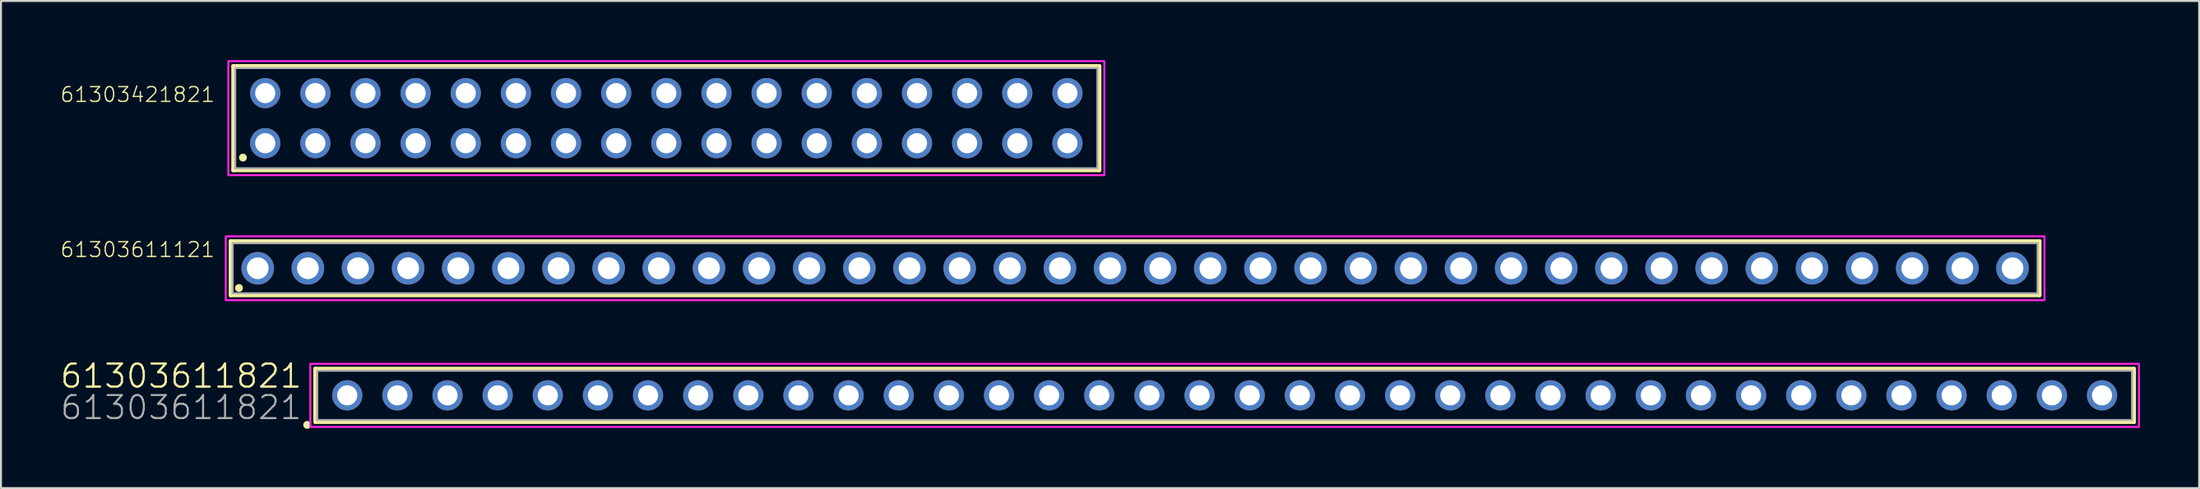
<source format=kicad_pcb>
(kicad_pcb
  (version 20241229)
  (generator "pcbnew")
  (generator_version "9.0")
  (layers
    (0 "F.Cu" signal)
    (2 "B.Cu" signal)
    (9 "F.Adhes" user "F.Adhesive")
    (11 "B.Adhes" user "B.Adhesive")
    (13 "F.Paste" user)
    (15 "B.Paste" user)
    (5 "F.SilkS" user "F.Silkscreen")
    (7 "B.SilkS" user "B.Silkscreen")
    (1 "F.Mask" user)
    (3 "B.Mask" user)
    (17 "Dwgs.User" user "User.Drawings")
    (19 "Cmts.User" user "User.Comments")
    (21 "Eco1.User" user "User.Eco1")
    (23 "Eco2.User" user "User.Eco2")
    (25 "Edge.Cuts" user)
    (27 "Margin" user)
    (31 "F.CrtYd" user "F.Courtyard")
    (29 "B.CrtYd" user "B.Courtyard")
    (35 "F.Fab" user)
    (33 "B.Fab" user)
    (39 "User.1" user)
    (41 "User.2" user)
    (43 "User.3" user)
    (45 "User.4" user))
  (footprint "61303611121"
    (layer "F.Cu")
    (at 54.457 10.55)
    (property "Reference" "61303611121" (at -46.578 -0.506 0) (unlocked yes) (layer "F.SilkS") (effects (font (size 0.748 0.748) (thickness 0.065)) (justify right bottom)))
    (fp_line (start -45.82 -1.37) (end 45.82 -1.37) (stroke (width 0.2) (type solid)) (layer "F.SilkS"))
    (fp_line (start -45.82 1.37) (end -45.82 -1.37) (stroke (width 0.2) (type solid)) (layer "F.SilkS"))
    (fp_line (start 45.82 -1.37) (end 45.82 1.37) (stroke (width 0.2) (type solid)) (layer "F.SilkS"))
    (fp_line (start 45.82 1.37) (end -45.82 1.37) (stroke (width 0.2) (type solid)) (layer "F.SilkS"))
    (fp_circle (center -45.4 1) (end -45.3 1) (stroke (width 0.2) (type solid)) (fill no) (layer "F.SilkS"))
    (fp_poly (pts (xy 46.07 1.62) (xy -46.07 1.62) (xy -46.07 -1.62) (xy 46.07 -1.62)) (stroke (width 0.1) (type default)) (fill no) (layer "F.CrtYd"))
    (fp_line (start -45.72 -1.27) (end -45.72 1.27) (stroke (width 0.1) (type solid)) (layer "F.Fab"))
    (fp_line (start -45.72 1.27) (end 45.72 1.27) (stroke (width 0.1) (type solid)) (layer "F.Fab"))
    (fp_line (start 45.72 -1.27) (end -45.72 -1.27) (stroke (width 0.1) (type solid)) (layer "F.Fab"))
    (fp_line (start 45.72 1.27) (end 45.72 -1.27) (stroke (width 0.1) (type solid)) (layer "F.Fab"))
    (pad "1" thru_hole circle (at -44.45 0) (size 1.65 1.65) (drill 1.1) (layers "*.Cu" "*.Mask"))
    (pad "2" thru_hole circle (at -41.91 0) (size 1.65 1.65) (drill 1.1) (layers "*.Cu" "*.Mask"))
    (pad "3" thru_hole circle (at -39.37 0) (size 1.65 1.65) (drill 1.1) (layers "*.Cu" "*.Mask"))
    (pad "4" thru_hole circle (at -36.83 0) (size 1.65 1.65) (drill 1.1) (layers "*.Cu" "*.Mask"))
    (pad "5" thru_hole circle (at -34.29 0) (size 1.65 1.65) (drill 1.1) (layers "*.Cu" "*.Mask"))
    (pad "6" thru_hole circle (at -31.75 0) (size 1.65 1.65) (drill 1.1) (layers "*.Cu" "*.Mask"))
    (pad "7" thru_hole circle (at -29.21 0) (size 1.65 1.65) (drill 1.1) (layers "*.Cu" "*.Mask"))
    (pad "8" thru_hole circle (at -26.67 0) (size 1.65 1.65) (drill 1.1) (layers "*.Cu" "*.Mask"))
    (pad "9" thru_hole circle (at -24.13 0) (size 1.65 1.65) (drill 1.1) (layers "*.Cu" "*.Mask"))
    (pad "10" thru_hole circle (at -21.59 0) (size 1.65 1.65) (drill 1.1) (layers "*.Cu" "*.Mask"))
    (pad "11" thru_hole circle (at -19.05 0) (size 1.65 1.65) (drill 1.1) (layers "*.Cu" "*.Mask"))
    (pad "12" thru_hole circle (at -16.51 0) (size 1.65 1.65) (drill 1.1) (layers "*.Cu" "*.Mask"))
    (pad "13" thru_hole circle (at -13.97 0) (size 1.65 1.65) (drill 1.1) (layers "*.Cu" "*.Mask"))
    (pad "14" thru_hole circle (at -11.43 0) (size 1.65 1.65) (drill 1.1) (layers "*.Cu" "*.Mask"))
    (pad "15" thru_hole circle (at -8.89 0) (size 1.65 1.65) (drill 1.1) (layers "*.Cu" "*.Mask"))
    (pad "16" thru_hole circle (at -6.35 0) (size 1.65 1.65) (drill 1.1) (layers "*.Cu" "*.Mask"))
    (pad "17" thru_hole circle (at -3.81 0) (size 1.65 1.65) (drill 1.1) (layers "*.Cu" "*.Mask"))
    (pad "18" thru_hole circle (at -1.27 0) (size 1.65 1.65) (drill 1.1) (layers "*.Cu" "*.Mask"))
    (pad "19" thru_hole circle (at 1.27 0) (size 1.65 1.65) (drill 1.1) (layers "*.Cu" "*.Mask"))
    (pad "20" thru_hole circle (at 3.81 0) (size 1.65 1.65) (drill 1.1) (layers "*.Cu" "*.Mask"))
    (pad "21" thru_hole circle (at 6.35 0) (size 1.65 1.65) (drill 1.1) (layers "*.Cu" "*.Mask"))
    (pad "22" thru_hole circle (at 8.89 0) (size 1.65 1.65) (drill 1.1) (layers "*.Cu" "*.Mask"))
    (pad "23" thru_hole circle (at 11.43 0) (size 1.65 1.65) (drill 1.1) (layers "*.Cu" "*.Mask"))
    (pad "24" thru_hole circle (at 13.97 0) (size 1.65 1.65) (drill 1.1) (layers "*.Cu" "*.Mask"))
    (pad "25" thru_hole circle (at 16.51 0) (size 1.65 1.65) (drill 1.1) (layers "*.Cu" "*.Mask"))
    (pad "26" thru_hole circle (at 19.05 0) (size 1.65 1.65) (drill 1.1) (layers "*.Cu" "*.Mask"))
    (pad "27" thru_hole circle (at 21.59 0) (size 1.65 1.65) (drill 1.1) (layers "*.Cu" "*.Mask"))
    (pad "28" thru_hole circle (at 24.13 0) (size 1.65 1.65) (drill 1.1) (layers "*.Cu" "*.Mask"))
    (pad "29" thru_hole circle (at 26.67 0) (size 1.65 1.65) (drill 1.1) (layers "*.Cu" "*.Mask"))
    (pad "30" thru_hole circle (at 29.21 0) (size 1.65 1.65) (drill 1.1) (layers "*.Cu" "*.Mask"))
    (pad "31" thru_hole circle (at 31.75 0) (size 1.65 1.65) (drill 1.1) (layers "*.Cu" "*.Mask"))
    (pad "32" thru_hole circle (at 34.29 0) (size 1.65 1.65) (drill 1.1) (layers "*.Cu" "*.Mask"))
    (pad "33" thru_hole circle (at 36.83 0) (size 1.65 1.65) (drill 1.1) (layers "*.Cu" "*.Mask"))
    (pad "34" thru_hole circle (at 39.37 0) (size 1.65 1.65) (drill 1.1) (layers "*.Cu" "*.Mask"))
    (pad "35" thru_hole circle (at 41.91 0) (size 1.65 1.65) (drill 1.1) (layers "*.Cu" "*.Mask"))
    (pad "36" thru_hole circle (at 44.45 0) (size 1.65 1.65) (drill 1.1) (layers "*.Cu" "*.Mask")))
  (footprint "61303611821"
    (layer "F.Cu")
    (at 58.992 16.993)
    (property "Reference" "61303611821" (at -46.68 -0.3 0) (unlocked yes) (layer "F.SilkS") (effects (font (size 1.168 1.168) (thickness 0.102)) (justify right bottom)))
    (property "Value" "61303611821" (at -46.68 1.3 0) (unlocked yes) (layer "F.Fab") (hide yes) (effects (font (size 1.168 1.168) (thickness 0.102)) (justify right bottom)))
    (fp_line (start -46.07 -1.35) (end 46.07 -1.35) (stroke (width 0.2) (type solid)) (layer "F.SilkS"))
    (fp_line (start -46.07 1.35) (end -46.07 -1.35) (stroke (width 0.2) (type solid)) (layer "F.SilkS"))
    (fp_line (start 46.07 -1.35) (end 46.07 1.35) (stroke (width 0.2) (type solid)) (layer "F.SilkS"))
    (fp_line (start 46.07 1.35) (end -46.07 1.35) (stroke (width 0.2) (type solid)) (layer "F.SilkS"))
    (fp_circle (center -46.48 1.5) (end -46.38 1.5) (stroke (width 0.2) (type solid)) (fill no) (layer "F.SilkS"))
    (fp_poly (pts (xy 46.32 1.6) (xy -46.32 1.6) (xy -46.32 -1.6) (xy 46.32 -1.6)) (stroke (width 0.1) (type default)) (fill no) (layer "F.CrtYd"))
    (fp_line (start -45.97 -1.25) (end -45.97 1.25) (stroke (width 0.1) (type solid)) (layer "F.Fab"))
    (fp_line (start -45.97 1.25) (end 45.97 1.25) (stroke (width 0.1) (type solid)) (layer "F.Fab"))
    (fp_line (start 45.97 -1.25) (end -45.97 -1.25) (stroke (width 0.1) (type solid)) (layer "F.Fab"))
    (fp_line (start 45.97 1.25) (end 45.97 -1.25) (stroke (width 0.1) (type solid)) (layer "F.Fab"))
    (fp_text user "${REFERENCE}" (at -46.68 -0.3 0) (unlocked yes) (layer "F.SilkS") (effects (font (size 1.168 1.168) (thickness 0.102)) (justify right bottom)))
    (fp_text user "${VALUE}" (at -46.68 1.3 0) (unlocked yes) (layer "F.Fab") (effects (font (size 1.168 1.168) (thickness 0.102)) (justify right bottom)))
    (pad "1" thru_hole circle (at -44.45 0) (size 1.53 1.53) (drill 1.02) (layers "*.Cu" "*.Mask"))
    (pad "2" thru_hole circle (at -41.91 0) (size 1.53 1.53) (drill 1.02) (layers "*.Cu" "*.Mask"))
    (pad "3" thru_hole circle (at -39.37 0) (size 1.53 1.53) (drill 1.02) (layers "*.Cu" "*.Mask"))
    (pad "4" thru_hole circle (at -36.83 0) (size 1.53 1.53) (drill 1.02) (layers "*.Cu" "*.Mask"))
    (pad "5" thru_hole circle (at -34.29 0) (size 1.53 1.53) (drill 1.02) (layers "*.Cu" "*.Mask"))
    (pad "6" thru_hole circle (at -31.75 0) (size 1.53 1.53) (drill 1.02) (layers "*.Cu" "*.Mask"))
    (pad "7" thru_hole circle (at -29.21 0) (size 1.53 1.53) (drill 1.02) (layers "*.Cu" "*.Mask"))
    (pad "8" thru_hole circle (at -26.67 0) (size 1.53 1.53) (drill 1.02) (layers "*.Cu" "*.Mask"))
    (pad "9" thru_hole circle (at -24.13 0) (size 1.53 1.53) (drill 1.02) (layers "*.Cu" "*.Mask"))
    (pad "10" thru_hole circle (at -21.59 0) (size 1.53 1.53) (drill 1.02) (layers "*.Cu" "*.Mask"))
    (pad "11" thru_hole circle (at -19.05 0) (size 1.53 1.53) (drill 1.02) (layers "*.Cu" "*.Mask"))
    (pad "12" thru_hole circle (at -16.51 0) (size 1.53 1.53) (drill 1.02) (layers "*.Cu" "*.Mask"))
    (pad "13" thru_hole circle (at -13.97 0) (size 1.53 1.53) (drill 1.02) (layers "*.Cu" "*.Mask"))
    (pad "14" thru_hole circle (at -11.43 0) (size 1.53 1.53) (drill 1.02) (layers "*.Cu" "*.Mask"))
    (pad "15" thru_hole circle (at -8.89 0) (size 1.53 1.53) (drill 1.02) (layers "*.Cu" "*.Mask"))
    (pad "16" thru_hole circle (at -6.35 0) (size 1.53 1.53) (drill 1.02) (layers "*.Cu" "*.Mask"))
    (pad "17" thru_hole circle (at -3.81 0) (size 1.53 1.53) (drill 1.02) (layers "*.Cu" "*.Mask"))
    (pad "18" thru_hole circle (at -1.27 0) (size 1.53 1.53) (drill 1.02) (layers "*.Cu" "*.Mask"))
    (pad "19" thru_hole circle (at 1.27 0) (size 1.53 1.53) (drill 1.02) (layers "*.Cu" "*.Mask"))
    (pad "20" thru_hole circle (at 3.81 0) (size 1.53 1.53) (drill 1.02) (layers "*.Cu" "*.Mask"))
    (pad "21" thru_hole circle (at 6.35 0) (size 1.53 1.53) (drill 1.02) (layers "*.Cu" "*.Mask"))
    (pad "22" thru_hole circle (at 8.89 0) (size 1.53 1.53) (drill 1.02) (layers "*.Cu" "*.Mask"))
    (pad "23" thru_hole circle (at 11.43 0) (size 1.53 1.53) (drill 1.02) (layers "*.Cu" "*.Mask"))
    (pad "24" thru_hole circle (at 13.97 0) (size 1.53 1.53) (drill 1.02) (layers "*.Cu" "*.Mask"))
    (pad "25" thru_hole circle (at 16.51 0) (size 1.53 1.53) (drill 1.02) (layers "*.Cu" "*.Mask"))
    (pad "26" thru_hole circle (at 19.05 0) (size 1.53 1.53) (drill 1.02) (layers "*.Cu" "*.Mask"))
    (pad "27" thru_hole circle (at 21.59 0) (size 1.53 1.53) (drill 1.02) (layers "*.Cu" "*.Mask"))
    (pad "28" thru_hole circle (at 24.13 0) (size 1.53 1.53) (drill 1.02) (layers "*.Cu" "*.Mask"))
    (pad "29" thru_hole circle (at 26.67 0) (size 1.53 1.53) (drill 1.02) (layers "*.Cu" "*.Mask"))
    (pad "30" thru_hole circle (at 29.21 0) (size 1.53 1.53) (drill 1.02) (layers "*.Cu" "*.Mask"))
    (pad "31" thru_hole circle (at 31.75 0) (size 1.53 1.53) (drill 1.02) (layers "*.Cu" "*.Mask"))
    (pad "32" thru_hole circle (at 34.29 0) (size 1.53 1.53) (drill 1.02) (layers "*.Cu" "*.Mask"))
    (pad "33" thru_hole circle (at 36.83 0) (size 1.53 1.53) (drill 1.02) (layers "*.Cu" "*.Mask"))
    (pad "34" thru_hole circle (at 39.37 0) (size 1.53 1.53) (drill 1.02) (layers "*.Cu" "*.Mask"))
    (pad "35" thru_hole circle (at 41.91 0) (size 1.53 1.53) (drill 1.02) (layers "*.Cu" "*.Mask"))
    (pad "36" thru_hole circle (at 44.45 0) (size 1.53 1.53) (drill 1.02) (layers "*.Cu" "*.Mask")))
  (footprint "61303421821"
    (layer "F.Cu")
    (at 30.707 2.94)
    (property "Reference" "61303421821" (at -22.828 -0.756 0) (unlocked yes) (layer "F.SilkS") (effects (font (size 0.748 0.748) (thickness 0.065)) (justify right bottom)))
    (fp_line (start -21.94 -2.64) (end 21.94 -2.64) (stroke (width 0.2) (type solid)) (layer "F.SilkS"))
    (fp_line (start -21.94 2.64) (end -21.94 -2.64) (stroke (width 0.2) (type solid)) (layer "F.SilkS"))
    (fp_line (start 21.94 -2.64) (end 21.94 2.64) (stroke (width 0.2) (type solid)) (layer "F.SilkS"))
    (fp_line (start 21.94 2.64) (end -21.94 2.64) (stroke (width 0.2) (type solid)) (layer "F.SilkS"))
    (fp_circle (center -21.45 2) (end -21.35 2) (stroke (width 0.2) (type solid)) (fill no) (layer "F.SilkS"))
    (fp_poly (pts (xy 22.19 2.89) (xy -22.19 2.89) (xy -22.19 -2.89) (xy 22.19 -2.89)) (stroke (width 0.1) (type default)) (fill no) (layer "F.CrtYd"))
    (fp_line (start -21.84 -2.54) (end -21.84 2.54) (stroke (width 0.1) (type solid)) (layer "F.Fab"))
    (fp_line (start -21.84 2.54) (end 21.84 2.54) (stroke (width 0.1) (type solid)) (layer "F.Fab"))
    (fp_line (start 21.84 -2.54) (end -21.84 -2.54) (stroke (width 0.1) (type solid)) (layer "F.Fab"))
    (fp_line (start 21.84 2.54) (end 21.84 -2.54) (stroke (width 0.1) (type solid)) (layer "F.Fab"))
    (pad "1" thru_hole circle (at -20.32 1.27) (size 1.53 1.53) (drill 1.02) (layers "*.Cu" "*.Mask"))
    (pad "2" thru_hole circle (at -20.32 -1.27) (size 1.53 1.53) (drill 1.02) (layers "*.Cu" "*.Mask"))
    (pad "3" thru_hole circle (at -17.78 1.27) (size 1.53 1.53) (drill 1.02) (layers "*.Cu" "*.Mask"))
    (pad "4" thru_hole circle (at -17.78 -1.27) (size 1.53 1.53) (drill 1.02) (layers "*.Cu" "*.Mask"))
    (pad "5" thru_hole circle (at -15.24 1.27) (size 1.53 1.53) (drill 1.02) (layers "*.Cu" "*.Mask"))
    (pad "6" thru_hole circle (at -15.24 -1.27) (size 1.53 1.53) (drill 1.02) (layers "*.Cu" "*.Mask"))
    (pad "7" thru_hole circle (at -12.7 1.27) (size 1.53 1.53) (drill 1.02) (layers "*.Cu" "*.Mask"))
    (pad "8" thru_hole circle (at -12.7 -1.27) (size 1.53 1.53) (drill 1.02) (layers "*.Cu" "*.Mask"))
    (pad "9" thru_hole circle (at -10.16 1.27) (size 1.53 1.53) (drill 1.02) (layers "*.Cu" "*.Mask"))
    (pad "10" thru_hole circle (at -10.16 -1.27) (size 1.53 1.53) (drill 1.02) (layers "*.Cu" "*.Mask"))
    (pad "11" thru_hole circle (at -7.62 1.27) (size 1.53 1.53) (drill 1.02) (layers "*.Cu" "*.Mask"))
    (pad "12" thru_hole circle (at -7.62 -1.27) (size 1.53 1.53) (drill 1.02) (layers "*.Cu" "*.Mask"))
    (pad "13" thru_hole circle (at -5.08 1.27) (size 1.53 1.53) (drill 1.02) (layers "*.Cu" "*.Mask"))
    (pad "14" thru_hole circle (at -5.08 -1.27) (size 1.53 1.53) (drill 1.02) (layers "*.Cu" "*.Mask"))
    (pad "15" thru_hole circle (at -2.54 1.27) (size 1.53 1.53) (drill 1.02) (layers "*.Cu" "*.Mask"))
    (pad "16" thru_hole circle (at -2.54 -1.27) (size 1.53 1.53) (drill 1.02) (layers "*.Cu" "*.Mask"))
    (pad "17" thru_hole circle (at 0 1.27) (size 1.53 1.53) (drill 1.02) (layers "*.Cu" "*.Mask"))
    (pad "18" thru_hole circle (at 0 -1.27) (size 1.53 1.53) (drill 1.02) (layers "*.Cu" "*.Mask"))
    (pad "19" thru_hole circle (at 2.54 1.27) (size 1.53 1.53) (drill 1.02) (layers "*.Cu" "*.Mask"))
    (pad "20" thru_hole circle (at 2.54 -1.27) (size 1.53 1.53) (drill 1.02) (layers "*.Cu" "*.Mask"))
    (pad "21" thru_hole circle (at 5.08 1.27) (size 1.53 1.53) (drill 1.02) (layers "*.Cu" "*.Mask"))
    (pad "22" thru_hole circle (at 5.08 -1.27) (size 1.53 1.53) (drill 1.02) (layers "*.Cu" "*.Mask"))
    (pad "23" thru_hole circle (at 7.62 1.27) (size 1.53 1.53) (drill 1.02) (layers "*.Cu" "*.Mask"))
    (pad "24" thru_hole circle (at 7.62 -1.27) (size 1.53 1.53) (drill 1.02) (layers "*.Cu" "*.Mask"))
    (pad "25" thru_hole circle (at 10.16 1.27) (size 1.53 1.53) (drill 1.02) (layers "*.Cu" "*.Mask"))
    (pad "26" thru_hole circle (at 10.16 -1.27) (size 1.53 1.53) (drill 1.02) (layers "*.Cu" "*.Mask"))
    (pad "27" thru_hole circle (at 12.7 1.27) (size 1.53 1.53) (drill 1.02) (layers "*.Cu" "*.Mask"))
    (pad "28" thru_hole circle (at 12.7 -1.27) (size 1.53 1.53) (drill 1.02) (layers "*.Cu" "*.Mask"))
    (pad "29" thru_hole circle (at 15.24 1.27) (size 1.53 1.53) (drill 1.02) (layers "*.Cu" "*.Mask"))
    (pad "30" thru_hole circle (at 15.24 -1.27) (size 1.53 1.53) (drill 1.02) (layers "*.Cu" "*.Mask"))
    (pad "31" thru_hole circle (at 17.78 1.27) (size 1.53 1.53) (drill 1.02) (layers "*.Cu" "*.Mask"))
    (pad "32" thru_hole circle (at 17.78 -1.27) (size 1.53 1.53) (drill 1.02) (layers "*.Cu" "*.Mask"))
    (pad "33" thru_hole circle (at 20.32 1.27) (size 1.53 1.53) (drill 1.02) (layers "*.Cu" "*.Mask"))
    (pad "34" thru_hole circle (at 20.32 -1.27) (size 1.53 1.53) (drill 1.02) (layers "*.Cu" "*.Mask")))
  (gr_rect
    (start -3 -3)
    (end 108.362 21.693)
    (stroke (width 0.1) (type default))
    (fill no)
    (layer "Edge.Cuts")))
</source>
